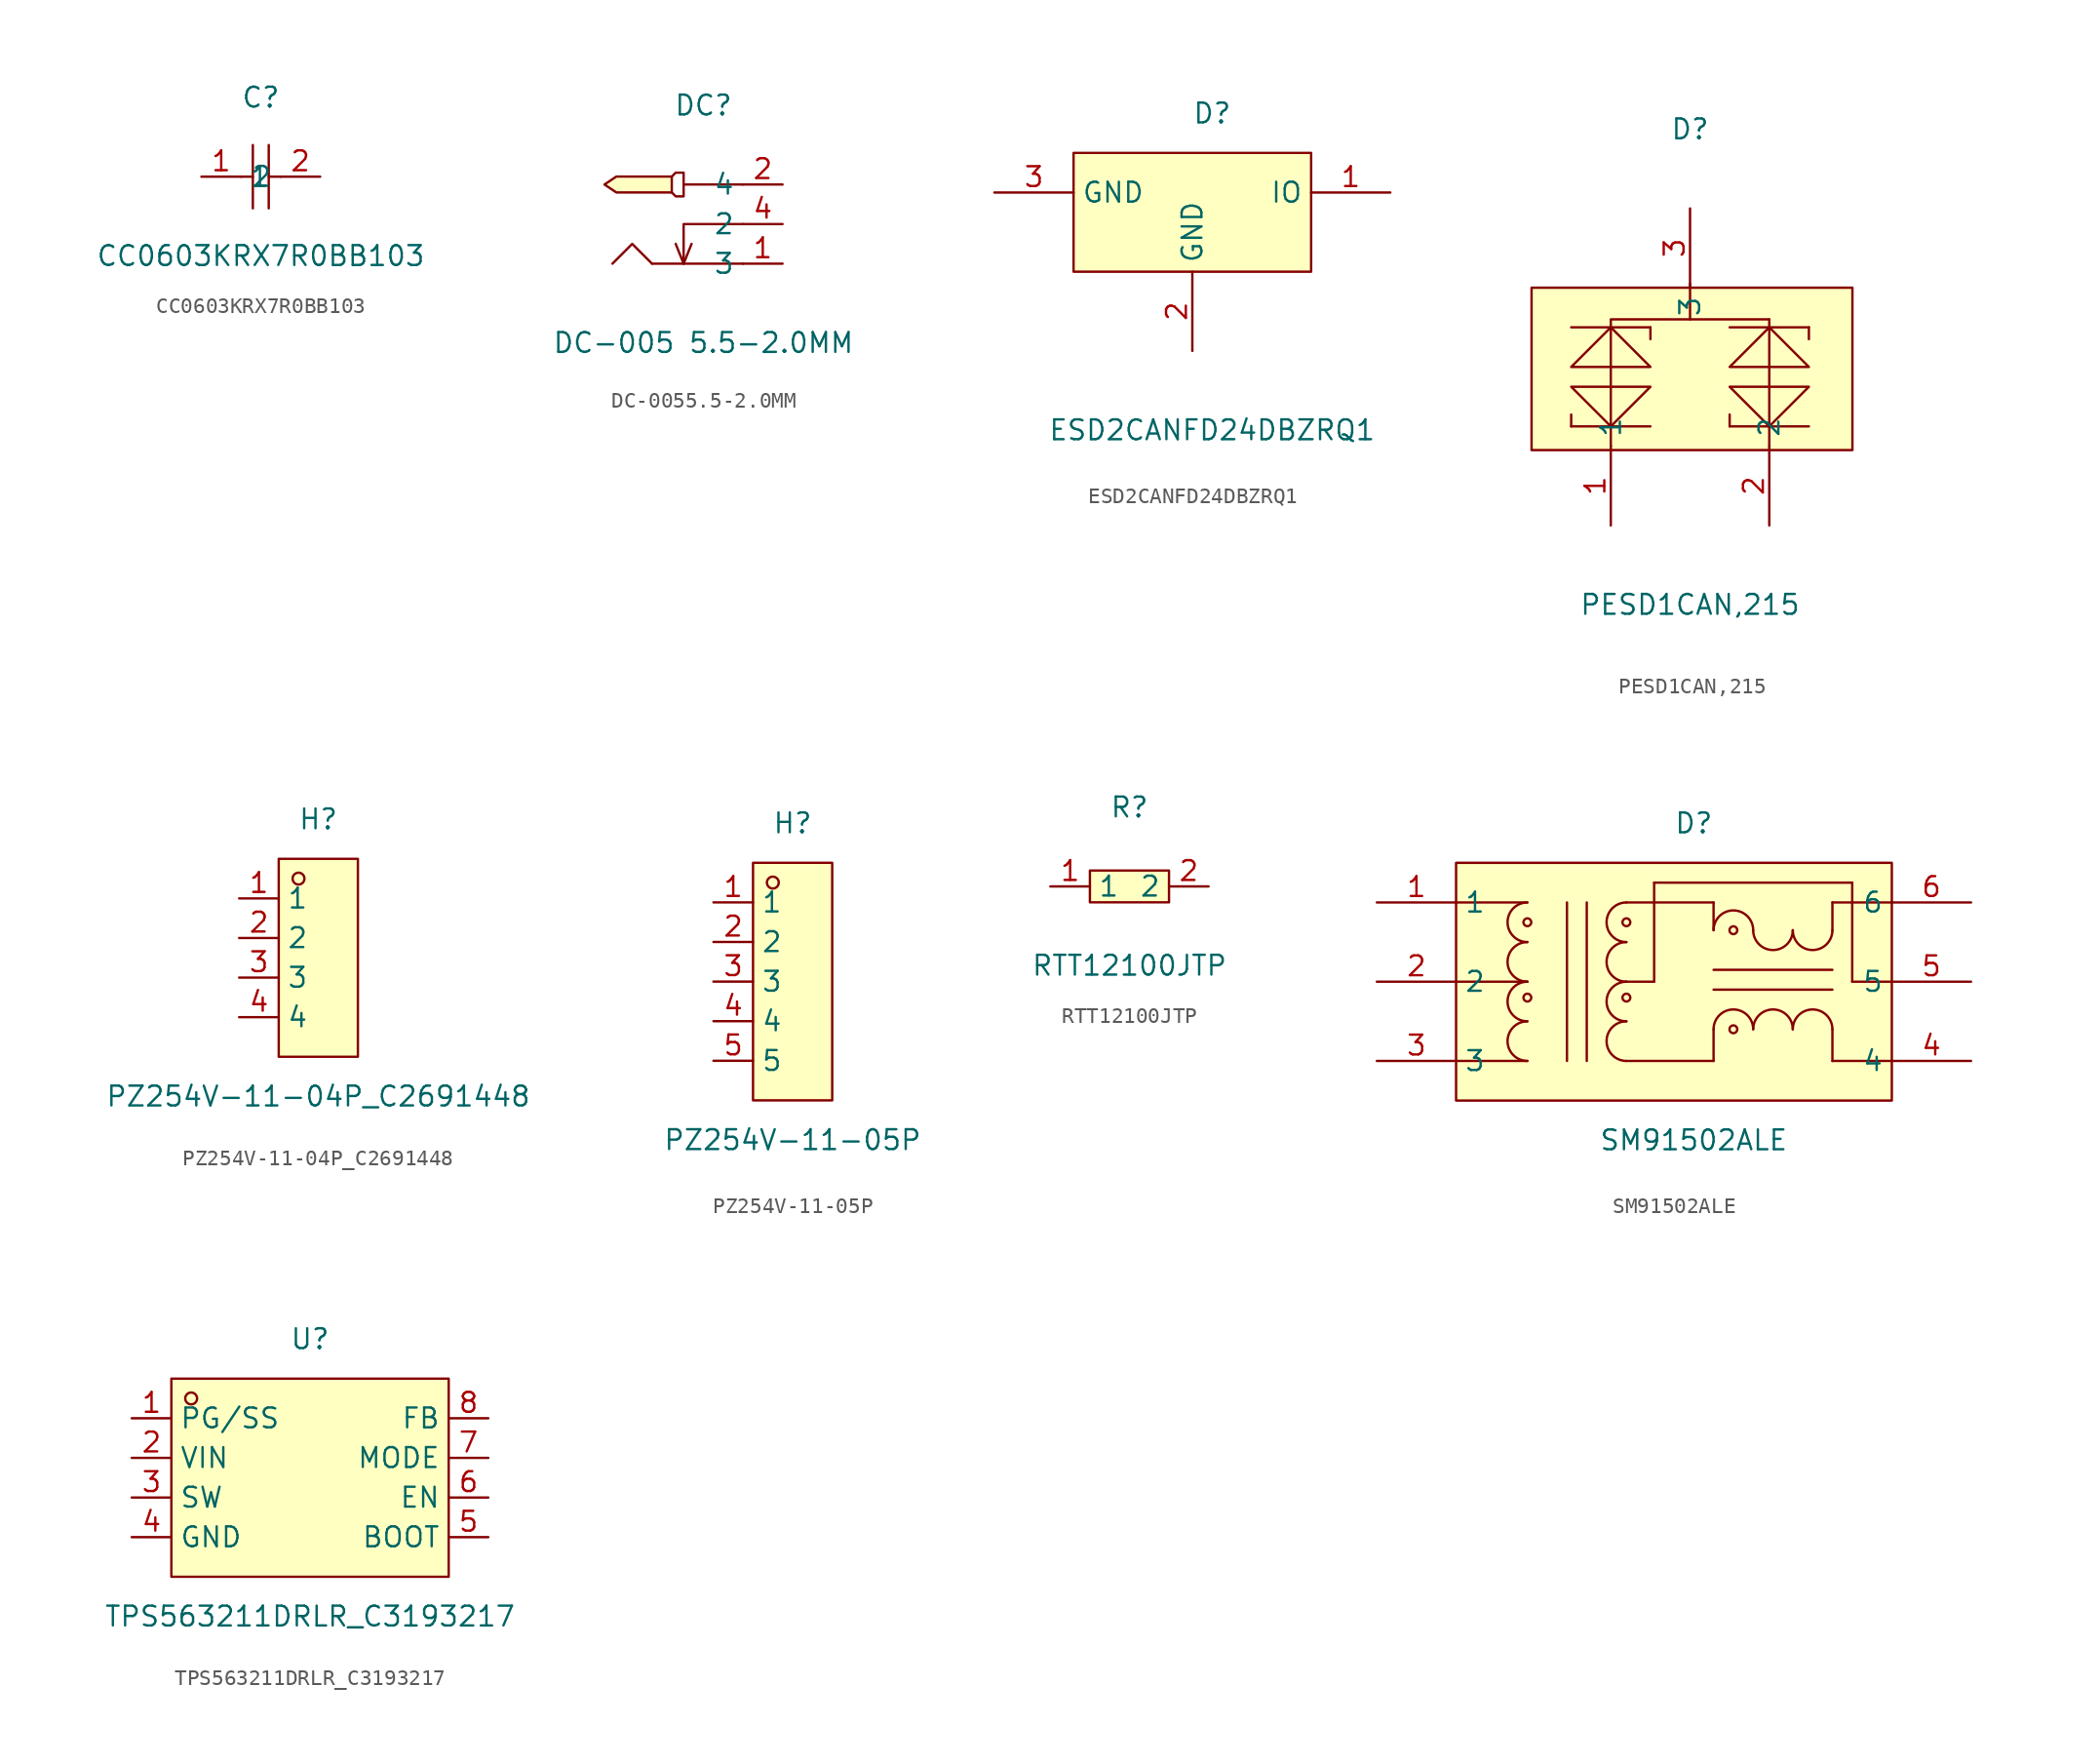
<source format=kicad_sym>
(kicad_symbol_lib
  (version 20211014)
  (generator https://github.com/uPesy/easyeda2kicad.py)
  (symbol "CC0603KRX7R0BB103"
    (property "Reference" "C"
      (at 0 5.08 0)
      (effects (font (size 1.27 1.27))))
    (property "Value" "CC0603KRX7R0BB103"
      (at 0 -5.08 0)
      (effects (font (size 1.27 1.27))))
    (symbol "CC0603KRX7R0BB103_0_1"
      (polyline (pts (xy -0.51 2.03) (xy -0.51 -2.03)) (stroke (width 0) (type default) (color 0 0 0 0)) (fill (type none)))
      (polyline (pts (xy 0.51 2.03) (xy 0.51 -2.03)) (stroke (width 0) (type default) (color 0 0 0 0)) (fill (type none)))
      (polyline (pts (xy -1.27 -0.00) (xy -0.51 -0.00)) (stroke (width 0) (type default) (color 0 0 0 0)) (fill (type none)))
      (polyline (pts (xy 0.51 -0.00) (xy 1.27 -0.00)) (stroke (width 0) (type default) (color 0 0 0 0)) (fill (type none)))
      (pin input line (at -3.81 -0.00 0) (length 2.54) (name "1" (effects (font (size 1.27 1.27)))) (number "1" (effects (font (size 1.27 1.27)))))
      (pin input line (at 3.81 -0.00 180) (length 2.54) (name "2" (effects (font (size 1.27 1.27)))) (number "2" (effects (font (size 1.27 1.27)))))))
  (symbol "DC-0055.5-2.0MM"
    (property "Reference" "DC"
      (at 0 7.62 0)
      (effects (font (size 1.27 1.27))))
    (property "Value" "DC-005 5.5-2.0MM"
      (at 0 -7.62 0)
      (effects (font (size 1.27 1.27))))
    (symbol "DC-0055.5-2.0MM_0_1"
      (polyline (pts (xy -1.27 2.54) (xy 2.54 2.54)) (stroke (width 0) (type default) (color 0 0 0 0)) (fill (type none)))
      (polyline (pts (xy -3.30 -2.54) (xy 2.54 -2.54)) (stroke (width 0) (type default) (color 0 0 0 0)) (fill (type none)))
      (polyline (pts (xy -3.30 -2.54) (xy -4.57 -1.27) (xy -5.84 -2.54) (xy -5.84 -2.54)) (stroke (width 0) (type default) (color 0 0 0 0)) (fill (type none)))
      (polyline (pts (xy -2.03 3.05) (xy -2.03 2.03) (xy -5.59 2.03) (xy -6.35 2.54) (xy -5.59 3.05) (xy -2.03 3.05)) (stroke (width 0) (type default) (color 0 0 0 0)) (fill (type background)))
      (polyline (pts (xy -2.03 3.05) (xy -1.78 3.30) (xy -1.27 3.30) (xy -1.27 1.78) (xy -1.78 1.78) (xy -2.03 2.03)) (stroke (width 0) (type default) (color 0 0 0 0)) (fill (type none)))
      (polyline (pts (xy 2.54 -0.00) (xy -1.27 -0.00) (xy -1.27 -2.54) (xy -1.78 -1.27)) (stroke (width 0) (type default) (color 0 0 0 0)) (fill (type none)))
      (polyline (pts (xy -1.27 -2.54) (xy -0.76 -1.27)) (stroke (width 0) (type default) (color 0 0 0 0)) (fill (type none)))
      (pin unspecified line (at 5.08 -2.54 180) (length 2.54) (name "3" (effects (font (size 1.27 1.27)))) (number "1" (effects (font (size 1.27 1.27)))))
      (pin unspecified line (at 5.08 2.54 180) (length 2.54) (name "4" (effects (font (size 1.27 1.27)))) (number "2" (effects (font (size 1.27 1.27)))))
      (pin unspecified line (at 5.08 -0.00 180) (length 2.54) (name "2" (effects (font (size 1.27 1.27)))) (number "4" (effects (font (size 1.27 1.27)))))))
  (symbol "ESD2CANFD24DBZRQ1"
    (property "Reference" "D"
      (at 0 8.89 0)
      (effects (font (size 1.27 1.27))))
    (property "Value" "ESD2CANFD24DBZRQ1"
      (at 0 -11.43 0)
      (effects (font (size 1.27 1.27))))
    (symbol "ESD2CANFD24DBZRQ1_0_1"
      (rectangle (start -8.89 6.35) (end 6.35 -1.27) (stroke (width 0) (type default) (color 0 0 0 0)) (fill (type background)))
      (pin power_in line (at -13.97 3.81 0) (length 5.08) (name "GND" (effects (font (size 1.27 1.27)))) (number "3" (effects (font (size 1.27 1.27)))))
      (pin power_in line (at -1.27 -6.35 90) (length 5.08) (name "GND" (effects (font (size 1.27 1.27)))) (number "2" (effects (font (size 1.27 1.27)))))
      (pin power_in line (at 11.43 3.81 180) (length 5.08) (name "IO" (effects (font (size 1.27 1.27)))) (number "1" (effects (font (size 1.27 1.27)))))))
  (symbol "PESD1CAN,215"
    (property "Reference" "D"
      (at 0 15.24 0)
      (effects (font (size 1.27 1.27))))
    (property "Value" "PESD1CAN,215"
      (at 0 -15.24 0)
      (effects (font (size 1.27 1.27))))
    (symbol "PESD1CAN,215_0_1"
      (rectangle (start -10.16 5.08) (end 10.41 -5.33) (stroke (width 0) (type default) (color 0 0 0 0)) (fill (type background)))
      (polyline (pts (xy -2.54 -3.81) (xy -7.62 -3.81)) (stroke (width 0) (type default) (color 0 0 0 0)) (fill (type none)))
      (polyline (pts (xy -7.62 -3.81) (xy -7.62 -3.05)) (stroke (width 0) (type default) (color 0 0 0 0)) (fill (type none)))
      (polyline (pts (xy -5.08 -5.08) (xy -5.08 3.05) (xy 5.08 3.05)) (stroke (width 0) (type default) (color 0 0 0 0)) (fill (type none)))
      (polyline (pts (xy 5.08 3.05) (xy 5.08 -5.08)) (stroke (width 0) (type default) (color 0 0 0 0)) (fill (type none)))
      (polyline (pts (xy 0.00 5.33) (xy 0.00 3.05)) (stroke (width 0) (type default) (color 0 0 0 0)) (fill (type none)))
      (polyline (pts (xy -2.54 2.54) (xy -2.54 1.78)) (stroke (width 0) (type default) (color 0 0 0 0)) (fill (type none)))
      (polyline (pts (xy -7.62 2.54) (xy -2.54 2.54)) (stroke (width 0) (type default) (color 0 0 0 0)) (fill (type none)))
      (polyline (pts (xy 2.54 2.54) (xy 7.62 2.54)) (stroke (width 0) (type default) (color 0 0 0 0)) (fill (type none)))
      (polyline (pts (xy 7.62 2.54) (xy 7.62 1.78)) (stroke (width 0) (type default) (color 0 0 0 0)) (fill (type none)))
      (polyline (pts (xy 2.54 -3.81) (xy 2.54 -3.05)) (stroke (width 0) (type default) (color 0 0 0 0)) (fill (type none)))
      (polyline (pts (xy 7.62 -3.81) (xy 2.54 -3.81)) (stroke (width 0) (type default) (color 0 0 0 0)) (fill (type none)))
      (polyline (pts (xy -7.62 -1.27) (xy -5.08 -3.81) (xy -2.54 -1.27) (xy -7.62 -1.27)) (stroke (width 0) (type default) (color 0 0 0 0)) (fill (type background)))
      (polyline (pts (xy -2.54 -0.00) (xy -5.08 2.54) (xy -7.62 -0.00) (xy -2.54 -0.00)) (stroke (width 0) (type default) (color 0 0 0 0)) (fill (type background)))
      (polyline (pts (xy 7.62 -0.00) (xy 5.08 2.54) (xy 2.54 -0.00) (xy 7.62 -0.00)) (stroke (width 0) (type default) (color 0 0 0 0)) (fill (type background)))
      (polyline (pts (xy 2.54 -1.27) (xy 5.08 -3.81) (xy 7.62 -1.27) (xy 2.54 -1.27)) (stroke (width 0) (type default) (color 0 0 0 0)) (fill (type background)))
      (pin input line (at -5.08 -10.16 90) (length 5.08) (name "1" (effects (font (size 1.27 1.27)))) (number "1" (effects (font (size 1.27 1.27)))))
      (pin input line (at 5.08 -10.16 90) (length 5.08) (name "2" (effects (font (size 1.27 1.27)))) (number "2" (effects (font (size 1.27 1.27)))))
      (pin input line (at 0.00 10.16 270) (length 5.08) (name "3" (effects (font (size 1.27 1.27)))) (number "3" (effects (font (size 1.27 1.27)))))))
  (symbol "PZ254V-11-04P_C2691448"
    (property "Reference" "H"
      (at 0 8.89 0)
      (effects (font (size 1.27 1.27))))
    (property "Value" "PZ254V-11-04P_C2691448"
      (at 0 -8.89 0)
      (effects (font (size 1.27 1.27))))
    (symbol "PZ254V-11-04P_C2691448_0_1"
      (rectangle (start -2.54 6.35) (end 2.54 -6.35) (stroke (width 0) (type default) (color 0 0 0 0)) (fill (type background)))
      (circle (center -1.27 5.08) (radius 0.38) (stroke (width 0) (type default) (color 0 0 0 0)) (fill (type none)))
      (pin unspecified line (at -5.08 3.81 0) (length 2.54) (name "1" (effects (font (size 1.27 1.27)))) (number "1" (effects (font (size 1.27 1.27)))))
      (pin unspecified line (at -5.08 1.27 0) (length 2.54) (name "2" (effects (font (size 1.27 1.27)))) (number "2" (effects (font (size 1.27 1.27)))))
      (pin unspecified line (at -5.08 -1.27 0) (length 2.54) (name "3" (effects (font (size 1.27 1.27)))) (number "3" (effects (font (size 1.27 1.27)))))
      (pin unspecified line (at -5.08 -3.81 0) (length 2.54) (name "4" (effects (font (size 1.27 1.27)))) (number "4" (effects (font (size 1.27 1.27)))))))
  (symbol "PZ254V-11-05P"
    (property "Reference" "H"
      (at 0 10.16 0)
      (effects (font (size 1.27 1.27))))
    (property "Value" "PZ254V-11-05P"
      (at 0 -10.16 0)
      (effects (font (size 1.27 1.27))))
    (symbol "PZ254V-11-05P_0_1"
      (rectangle (start -2.54 7.62) (end 2.54 -7.62) (stroke (width 0) (type default) (color 0 0 0 0)) (fill (type background)))
      (circle (center -1.27 6.35) (radius 0.38) (stroke (width 0) (type default) (color 0 0 0 0)) (fill (type none)))
      (pin unspecified line (at -5.08 5.08 0) (length 2.54) (name "1" (effects (font (size 1.27 1.27)))) (number "1" (effects (font (size 1.27 1.27)))))
      (pin unspecified line (at -5.08 2.54 0) (length 2.54) (name "2" (effects (font (size 1.27 1.27)))) (number "2" (effects (font (size 1.27 1.27)))))
      (pin unspecified line (at -5.08 -0.00 0) (length 2.54) (name "3" (effects (font (size 1.27 1.27)))) (number "3" (effects (font (size 1.27 1.27)))))
      (pin unspecified line (at -5.08 -2.54 0) (length 2.54) (name "4" (effects (font (size 1.27 1.27)))) (number "4" (effects (font (size 1.27 1.27)))))
      (pin unspecified line (at -5.08 -5.08 0) (length 2.54) (name "5" (effects (font (size 1.27 1.27)))) (number "5" (effects (font (size 1.27 1.27)))))))
  (symbol "RTT12100JTP"
    (property "Reference" "R"
      (at 0 5.08 0)
      (effects (font (size 1.27 1.27))))
    (property "Value" "RTT12100JTP"
      (at 0 -5.08 0)
      (effects (font (size 1.27 1.27))))
    (symbol "RTT12100JTP_0_1"
      (rectangle (start -2.54 1.02) (end 2.54 -1.02) (stroke (width 0) (type default) (color 0 0 0 0)) (fill (type background)))
      (pin input line (at 5.08 -0.00 180) (length 2.54) (name "2" (effects (font (size 1.27 1.27)))) (number "2" (effects (font (size 1.27 1.27)))))
      (pin input line (at -5.08 -0.00 0) (length 2.54) (name "1" (effects (font (size 1.27 1.27)))) (number "1" (effects (font (size 1.27 1.27)))))))
  (symbol "SM91502ALE"
    (property "Reference" "D"
      (at 0 10.16 0)
      (effects (font (size 1.27 1.27))))
    (property "Value" "SM91502ALE"
      (at 0 -10.16 0)
      (effects (font (size 1.27 1.27))))
    (symbol "SM91502ALE_0_1"
      (rectangle (start -15.24 7.62) (end 12.70 -7.62) (stroke (width 0) (type default) (color 0 0 0 0)) (fill (type background)))
      (circle (center 2.54 -3.05) (radius 0.25) (stroke (width 0) (type default) (color 0 0 0 0)) (fill (type none)))
      (circle (center 2.54 3.30) (radius 0.25) (stroke (width 0) (type default) (color 0 0 0 0)) (fill (type none)))
      (circle (center -4.32 3.81) (radius 0.25) (stroke (width 0) (type default) (color 0 0 0 0)) (fill (type none)))
      (circle (center -10.67 3.81) (radius 0.25) (stroke (width 0) (type default) (color 0 0 0 0)) (fill (type none)))
      (circle (center -4.32 -1.02) (radius 0.25) (stroke (width 0) (type default) (color 0 0 0 0)) (fill (type none)))
      (circle (center -10.67 -1.02) (radius 0.25) (stroke (width 0) (type default) (color 0 0 0 0)) (fill (type none)))
      (arc (start 3.81 3.30) (mid 1.39 3.83) (end 1.27 3.30) (stroke (width 0) (type default) (color 0 0 0 0)) (fill (type none)))
      (arc (start 6.35 3.30) (mid 4.51 2.17) (end 3.81 3.30) (stroke (width 0) (type default) (color 0 0 0 0)) (fill (type none)))
      (arc (start 8.89 3.30) (mid 7.05 2.17) (end 6.35 3.30) (stroke (width 0) (type default) (color 0 0 0 0)) (fill (type none)))
      (arc (start 3.81 -3.05) (mid 1.39 -2.52) (end 1.27 -3.05) (stroke (width 0) (type default) (color 0 0 0 0)) (fill (type none)))
      (arc (start 6.35 -3.05) (mid 4.51 -1.91) (end 3.81 -3.05) (stroke (width 0) (type default) (color 0 0 0 0)) (fill (type none)))
      (arc (start 8.89 -3.05) (mid 7.05 -1.91) (end 6.35 -3.05) (stroke (width 0) (type default) (color 0 0 0 0)) (fill (type none)))
      (arc (start -4.32 -5.08) (mid -5.47 -3.28) (end -4.32 -2.54) (stroke (width 0) (type default) (color 0 0 0 0)) (fill (type none)))
      (arc (start -4.32 2.54) (mid -5.47 4.34) (end -4.32 5.08) (stroke (width 0) (type default) (color 0 0 0 0)) (fill (type none)))
      (arc (start -4.32 -0.00) (mid -5.47 1.80) (end -4.32 2.54) (stroke (width 0) (type default) (color 0 0 0 0)) (fill (type none)))
      (arc (start -4.32 -2.54) (mid -5.47 -0.74) (end -4.32 -0.00) (stroke (width 0) (type default) (color 0 0 0 0)) (fill (type none)))
      (arc (start -10.67 -5.08) (mid -11.82 -3.28) (end -10.67 -2.54) (stroke (width 0) (type default) (color 0 0 0 0)) (fill (type none)))
      (arc (start -10.67 2.54) (mid -11.82 4.34) (end -10.67 5.08) (stroke (width 0) (type default) (color 0 0 0 0)) (fill (type none)))
      (arc (start -10.67 -0.00) (mid -11.82 1.80) (end -10.67 2.54) (stroke (width 0) (type default) (color 0 0 0 0)) (fill (type none)))
      (arc (start -10.67 -2.54) (mid -11.82 -0.74) (end -10.67 -0.00) (stroke (width 0) (type default) (color 0 0 0 0)) (fill (type none)))
      (polyline (pts (xy 8.89 -5.08) (xy 12.70 -5.08)) (stroke (width 0) (type default) (color 0 0 0 0)) (fill (type none)))
      (polyline (pts (xy 10.16 -0.00) (xy 12.70 -0.00)) (stroke (width 0) (type default) (color 0 0 0 0)) (fill (type none)))
      (polyline (pts (xy 8.89 5.08) (xy 12.70 5.08)) (stroke (width 0) (type default) (color 0 0 0 0)) (fill (type none)))
      (polyline (pts (xy -2.54 6.35) (xy 10.16 6.35)) (stroke (width 0) (type default) (color 0 0 0 0)) (fill (type none)))
      (polyline (pts (xy -2.54 -0.00) (xy -2.54 6.35)) (stroke (width 0) (type default) (color 0 0 0 0)) (fill (type none)))
      (polyline (pts (xy -4.32 -0.00) (xy -2.54 -0.00)) (stroke (width 0) (type default) (color 0 0 0 0)) (fill (type none)))
      (polyline (pts (xy 10.16 -0.00) (xy 10.16 6.35)) (stroke (width 0) (type default) (color 0 0 0 0)) (fill (type none)))
      (polyline (pts (xy 1.27 0.76) (xy 8.89 0.76)) (stroke (width 0) (type default) (color 0 0 0 0)) (fill (type none)))
      (polyline (pts (xy 1.27 -0.51) (xy 8.89 -0.51)) (stroke (width 0) (type default) (color 0 0 0 0)) (fill (type none)))
      (polyline (pts (xy 8.89 -3.05) (xy 8.89 -5.08)) (stroke (width 0) (type default) (color 0 0 0 0)) (fill (type none)))
      (polyline (pts (xy 8.89 3.30) (xy 8.89 5.08)) (stroke (width 0) (type default) (color 0 0 0 0)) (fill (type none)))
      (polyline (pts (xy 1.27 -5.08) (xy 1.27 -3.05)) (stroke (width 0) (type default) (color 0 0 0 0)) (fill (type none)))
      (polyline (pts (xy 1.27 -5.08) (xy -4.32 -5.08)) (stroke (width 0) (type default) (color 0 0 0 0)) (fill (type none)))
      (polyline (pts (xy 1.27 5.08) (xy 1.27 3.30)) (stroke (width 0) (type default) (color 0 0 0 0)) (fill (type none)))
      (polyline (pts (xy -4.32 5.08) (xy 1.27 5.08)) (stroke (width 0) (type default) (color 0 0 0 0)) (fill (type none)))
      (polyline (pts (xy -6.86 5.08) (xy -6.86 -5.08)) (stroke (width 0) (type default) (color 0 0 0 0)) (fill (type none)))
      (polyline (pts (xy -8.13 5.08) (xy -8.13 -5.08)) (stroke (width 0) (type default) (color 0 0 0 0)) (fill (type none)))
      (polyline (pts (xy -15.24 5.08) (xy -10.67 5.08)) (stroke (width 0) (type default) (color 0 0 0 0)) (fill (type none)))
      (polyline (pts (xy -15.24 -0.00) (xy -10.67 -0.00)) (stroke (width 0) (type default) (color 0 0 0 0)) (fill (type none)))
      (polyline (pts (xy -15.24 -5.08) (xy -10.67 -5.08)) (stroke (width 0) (type default) (color 0 0 0 0)) (fill (type none)))
      (pin unspecified line (at -20.32 -5.08 0) (length 5.08) (name "3" (effects (font (size 1.27 1.27)))) (number "3" (effects (font (size 1.27 1.27)))))
      (pin unspecified line (at -20.32 5.08 0) (length 5.08) (name "1" (effects (font (size 1.27 1.27)))) (number "1" (effects (font (size 1.27 1.27)))))
      (pin unspecified line (at -20.32 -0.00 0) (length 5.08) (name "2" (effects (font (size 1.27 1.27)))) (number "2" (effects (font (size 1.27 1.27)))))
      (pin unspecified line (at 17.78 -5.08 180) (length 5.08) (name "4" (effects (font (size 1.27 1.27)))) (number "4" (effects (font (size 1.27 1.27)))))
      (pin unspecified line (at 17.78 5.08 180) (length 5.08) (name "6" (effects (font (size 1.27 1.27)))) (number "6" (effects (font (size 1.27 1.27)))))
      (pin unspecified line (at 17.78 -0.00 180) (length 5.08) (name "5" (effects (font (size 1.27 1.27)))) (number "5" (effects (font (size 1.27 1.27)))))))
  (symbol "TPS563211DRLR_C3193217"
    (property "Reference" "U"
      (at 0 8.89 0)
      (effects (font (size 1.27 1.27))))
    (property "Value" "TPS563211DRLR_C3193217"
      (at 0 -8.89 0)
      (effects (font (size 1.27 1.27))))
    (symbol "TPS563211DRLR_C3193217_0_1"
      (rectangle (start -8.89 6.35) (end 8.89 -6.35) (stroke (width 0) (type default) (color 0 0 0 0)) (fill (type background)))
      (circle (center -7.62 5.08) (radius 0.38) (stroke (width 0) (type default) (color 0 0 0 0)) (fill (type none)))
      (pin unspecified line (at -11.43 3.81 0) (length 2.54) (name "PG/SS" (effects (font (size 1.27 1.27)))) (number "1" (effects (font (size 1.27 1.27)))))
      (pin unspecified line (at -11.43 1.27 0) (length 2.54) (name "VIN" (effects (font (size 1.27 1.27)))) (number "2" (effects (font (size 1.27 1.27)))))
      (pin unspecified line (at -11.43 -1.27 0) (length 2.54) (name "SW" (effects (font (size 1.27 1.27)))) (number "3" (effects (font (size 1.27 1.27)))))
      (pin unspecified line (at -11.43 -3.81 0) (length 2.54) (name "GND" (effects (font (size 1.27 1.27)))) (number "4" (effects (font (size 1.27 1.27)))))
      (pin unspecified line (at 11.43 -3.81 180) (length 2.54) (name "BOOT" (effects (font (size 1.27 1.27)))) (number "5" (effects (font (size 1.27 1.27)))))
      (pin unspecified line (at 11.43 -1.27 180) (length 2.54) (name "EN" (effects (font (size 1.27 1.27)))) (number "6" (effects (font (size 1.27 1.27)))))
      (pin unspecified line (at 11.43 1.27 180) (length 2.54) (name "MODE" (effects (font (size 1.27 1.27)))) (number "7" (effects (font (size 1.27 1.27)))))
      (pin unspecified line (at 11.43 3.81 180) (length 2.54) (name "FB" (effects (font (size 1.27 1.27)))) (number "8" (effects (font (size 1.27 1.27))))))))
</source>
